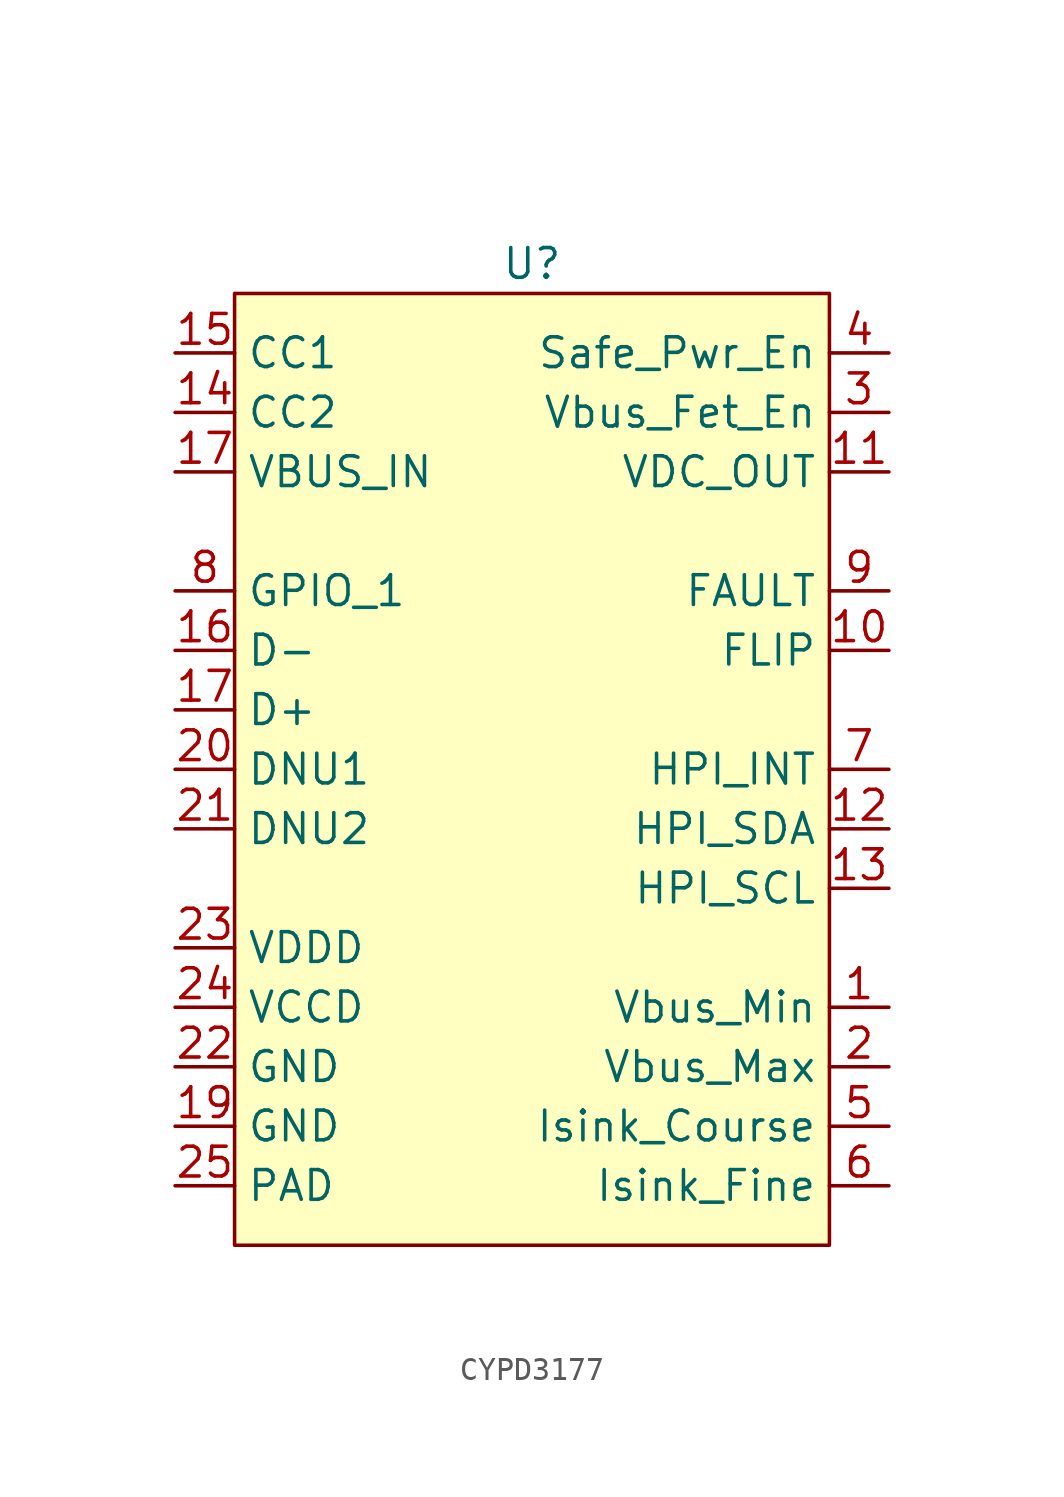
<source format=kicad_sym>
(kicad_symbol_lib
  (version 20220914)
  (generator kicad_symbol_editor)
  (symbol "CYPD3177"
    (property "Reference" "U"
      (at 0 20.32 0)
      (effects (font (size 1.27 1.27))))
    (property "Value" ""
      (at 0 22.86 0)
      (effects (font (size 1.27 1.27))))
    (symbol "CYPD3177_1_1"
      (rectangle (start -12.7 19.05) (end 12.7 -21.59) (stroke (width 0) (type default)) (fill (type background)))
      (pin input line (at 15.24 -11.43 180) (length 2.54) (name "Vbus_Min" (effects (font (size 1.27 1.27)))) (number "1" (effects (font (size 1.27 1.27)))))
      (pin input line (at 15.24 3.81 180) (length 2.54) (name "FLIP" (effects (font (size 1.27 1.27)))) (number "10" (effects (font (size 1.27 1.27)))))
      (pin input line (at 15.24 11.43 180) (length 2.54) (name "VDC_OUT" (effects (font (size 1.27 1.27)))) (number "11" (effects (font (size 1.27 1.27)))))
      (pin input line (at 15.24 -3.81 180) (length 2.54) (name "HPI_SDA" (effects (font (size 1.27 1.27)))) (number "12" (effects (font (size 1.27 1.27)))))
      (pin input line (at 15.24 -6.35 180) (length 2.54) (name "HPI_SCL" (effects (font (size 1.27 1.27)))) (number "13" (effects (font (size 1.27 1.27)))))
      (pin input line (at -15.24 13.97 0) (length 2.54) (name "CC2" (effects (font (size 1.27 1.27)))) (number "14" (effects (font (size 1.27 1.27)))))
      (pin input line (at -15.24 16.51 0) (length 2.54) (name "CC1" (effects (font (size 1.27 1.27)))) (number "15" (effects (font (size 1.27 1.27)))))
      (pin input line (at -15.24 3.81 0) (length 2.54) (name "D-" (effects (font (size 1.27 1.27)))) (number "16" (effects (font (size 1.27 1.27)))))
      (pin input line (at -15.24 1.27 0) (length 2.54) (name "D+" (effects (font (size 1.27 1.27)))) (number "17" (effects (font (size 1.27 1.27)))))
      (pin input line (at -15.24 11.43 0) (length 2.54) (name "VBUS_IN" (effects (font (size 1.27 1.27)))) (number "17" (effects (font (size 1.27 1.27)))))
      (pin input line (at -15.24 -16.51 0) (length 2.54) (name "GND" (effects (font (size 1.27 1.27)))) (number "19" (effects (font (size 1.27 1.27)))))
      (pin input line (at 15.24 -13.97 180) (length 2.54) (name "Vbus_Max" (effects (font (size 1.27 1.27)))) (number "2" (effects (font (size 1.27 1.27)))))
      (pin input line (at -15.24 -1.27 0) (length 2.54) (name "DNU1" (effects (font (size 1.27 1.27)))) (number "20" (effects (font (size 1.27 1.27)))))
      (pin input line (at -15.24 -3.81 0) (length 2.54) (name "DNU2" (effects (font (size 1.27 1.27)))) (number "21" (effects (font (size 1.27 1.27)))))
      (pin input line (at -15.24 -13.97 0) (length 2.54) (name "GND" (effects (font (size 1.27 1.27)))) (number "22" (effects (font (size 1.27 1.27)))))
      (pin input line (at -15.24 -8.89 0) (length 2.54) (name "VDDD" (effects (font (size 1.27 1.27)))) (number "23" (effects (font (size 1.27 1.27)))))
      (pin input line (at -15.24 -11.43 0) (length 2.54) (name "VCCD" (effects (font (size 1.27 1.27)))) (number "24" (effects (font (size 1.27 1.27)))))
      (pin input line (at -15.24 -19.05 0) (length 2.54) (name "PAD" (effects (font (size 1.27 1.27)))) (number "25" (effects (font (size 1.27 1.27)))))
      (pin input line (at 15.24 13.97 180) (length 2.54) (name "Vbus_Fet_En" (effects (font (size 1.27 1.27)))) (number "3" (effects (font (size 1.27 1.27)))))
      (pin input line (at 15.24 16.51 180) (length 2.54) (name "Safe_Pwr_En" (effects (font (size 1.27 1.27)))) (number "4" (effects (font (size 1.27 1.27)))))
      (pin input line (at 15.24 -16.51 180) (length 2.54) (name "Isink_Course" (effects (font (size 1.27 1.27)))) (number "5" (effects (font (size 1.27 1.27)))))
      (pin input line (at 15.24 -19.05 180) (length 2.54) (name "Isink_Fine" (effects (font (size 1.27 1.27)))) (number "6" (effects (font (size 1.27 1.27)))))
      (pin input line (at 15.24 -1.27 180) (length 2.54) (name "HPI_INT" (effects (font (size 1.27 1.27)))) (number "7" (effects (font (size 1.27 1.27)))))
      (pin input line (at -15.24 6.35 0) (length 2.54) (name "GPIO_1" (effects (font (size 1.27 1.27)))) (number "8" (effects (font (size 1.27 1.27)))))
      (pin input line (at 15.24 6.35 180) (length 2.54) (name "FAULT" (effects (font (size 1.27 1.27)))) (number "9" (effects (font (size 1.27 1.27))))))))
</source>
